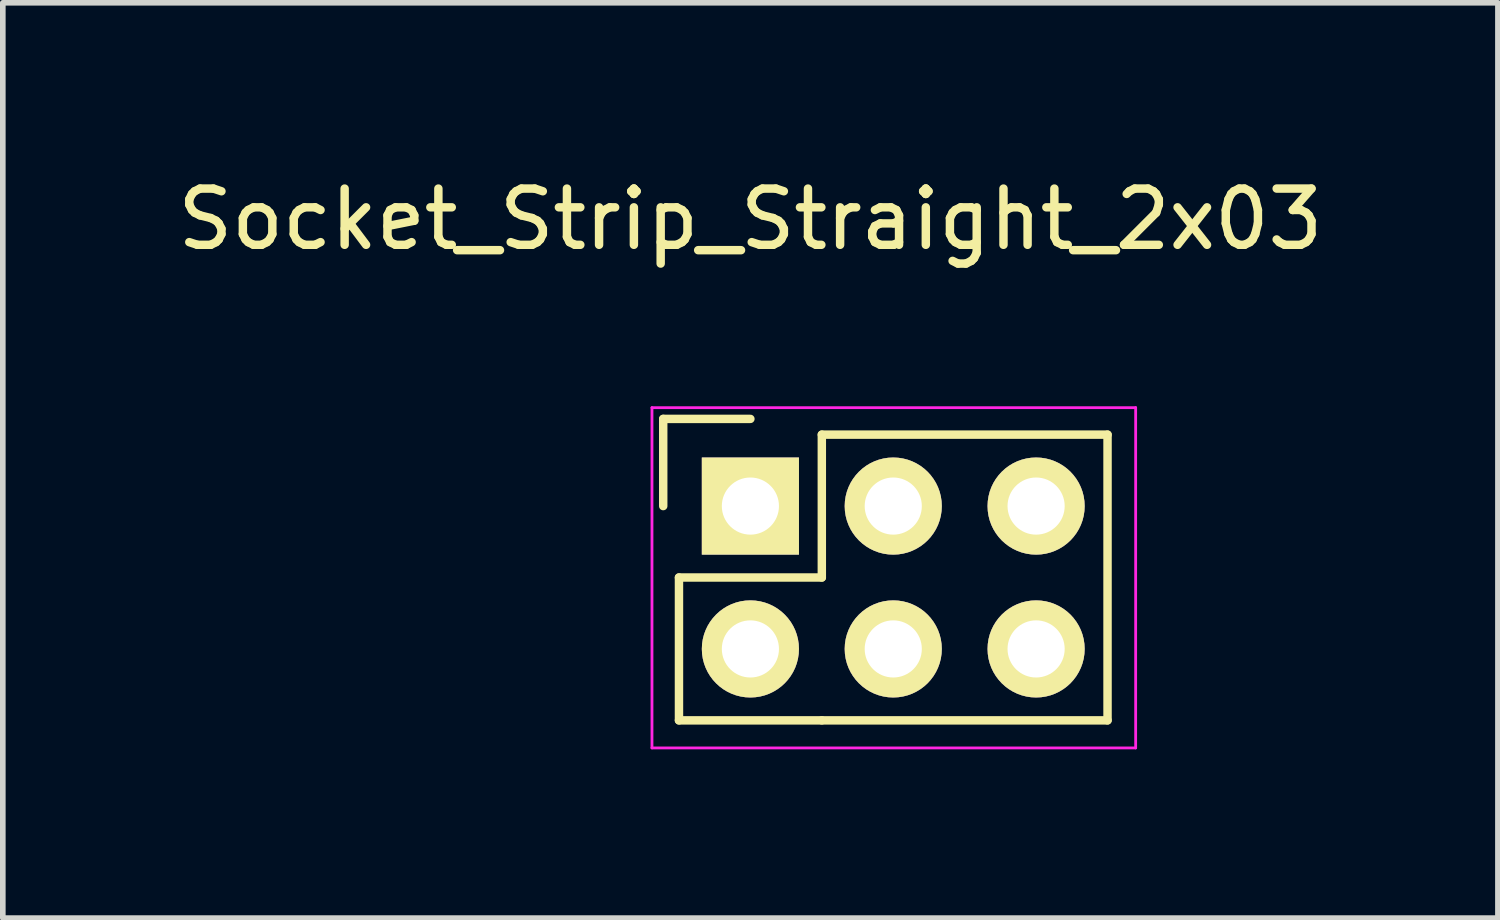
<source format=kicad_pcb>
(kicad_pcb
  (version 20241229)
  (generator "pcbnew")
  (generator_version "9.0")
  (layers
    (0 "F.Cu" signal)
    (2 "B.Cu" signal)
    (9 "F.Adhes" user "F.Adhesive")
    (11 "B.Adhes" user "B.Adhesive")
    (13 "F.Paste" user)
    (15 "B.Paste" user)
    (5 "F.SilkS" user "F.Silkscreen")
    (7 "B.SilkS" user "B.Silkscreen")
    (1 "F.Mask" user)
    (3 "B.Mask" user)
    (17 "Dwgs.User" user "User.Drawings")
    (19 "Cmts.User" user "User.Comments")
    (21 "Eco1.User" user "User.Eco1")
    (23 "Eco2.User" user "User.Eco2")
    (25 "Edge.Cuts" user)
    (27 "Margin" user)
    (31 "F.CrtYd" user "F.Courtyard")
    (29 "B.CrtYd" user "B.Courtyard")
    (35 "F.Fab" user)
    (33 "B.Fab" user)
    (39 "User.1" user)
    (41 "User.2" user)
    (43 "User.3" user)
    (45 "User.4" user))
  (footprint "Socket_Strip_Straight_2x03"
    (layer "F.Cu")
    (at 10.292 5.948)
    (property "Reference" "Socket_Strip_Straight_2x03" (at 0 -5.1 0) (layer "F.SilkS") (effects (font (size 1 1) (thickness 0.15))))
    (attr through_hole)
    (fp_line (start -1.55 -1.55) (end -1.55 0) (stroke (width 0.15) (type solid)) (layer "F.SilkS"))
    (fp_line (start -1.55 -1.55) (end 0 -1.55) (stroke (width 0.15) (type solid)) (layer "F.SilkS"))
    (fp_line (start -1.27 1.27) (end 1.27 1.27) (stroke (width 0.15) (type solid)) (layer "F.SilkS"))
    (fp_line (start -1.27 3.81) (end -1.27 1.27) (stroke (width 0.15) (type solid)) (layer "F.SilkS"))
    (fp_line (start 1.27 1.27) (end 1.27 -1.27) (stroke (width 0.15) (type solid)) (layer "F.SilkS"))
    (fp_line (start 1.27 3.81) (end -1.27 3.81) (stroke (width 0.15) (type solid)) (layer "F.SilkS"))
    (fp_line (start 6.35 -1.27) (end 1.27 -1.27) (stroke (width 0.15) (type solid)) (layer "F.SilkS"))
    (fp_line (start 6.35 -1.27) (end 6.35 3.81) (stroke (width 0.15) (type solid)) (layer "F.SilkS"))
    (fp_line (start 6.35 3.81) (end 1.27 3.81) (stroke (width 0.15) (type solid)) (layer "F.SilkS"))
    (fp_line (start -1.75 -1.75) (end -1.75 4.3) (stroke (width 0.05) (type solid)) (layer "F.CrtYd"))
    (fp_line (start -1.75 -1.75) (end 6.85 -1.75) (stroke (width 0.05) (type solid)) (layer "F.CrtYd"))
    (fp_line (start -1.75 4.3) (end 6.85 4.3) (stroke (width 0.05) (type solid)) (layer "F.CrtYd"))
    (fp_line (start 6.85 -1.75) (end 6.85 4.3) (stroke (width 0.05) (type solid)) (layer "F.CrtYd"))
    (pad "1" thru_hole rect (at 0 0) (size 1.727 1.727) (drill 1.016) (layers "*.Cu" "*.Mask" "F.SilkS"))
    (pad "2" thru_hole oval (at 0 2.54) (size 1.727 1.727) (drill 1.016) (layers "*.Cu" "*.Mask" "F.SilkS"))
    (pad "3" thru_hole oval (at 2.54 0) (size 1.727 1.727) (drill 1.016) (layers "*.Cu" "*.Mask" "F.SilkS"))
    (pad "4" thru_hole oval (at 2.54 2.54) (size 1.727 1.727) (drill 1.016) (layers "*.Cu" "*.Mask" "F.SilkS"))
    (pad "5" thru_hole oval (at 5.08 0) (size 1.727 1.727) (drill 1.016) (layers "*.Cu" "*.Mask" "F.SilkS"))
    (pad "6" thru_hole oval (at 5.08 2.54) (size 1.727 1.727) (drill 1.016) (layers "*.Cu" "*.Mask" "F.SilkS")))
  (gr_rect
    (start -3 -3)
    (end 23.583 13.273)
    (stroke (width 0.1) (type default))
    (fill no)
    (layer "Edge.Cuts")))
</source>
